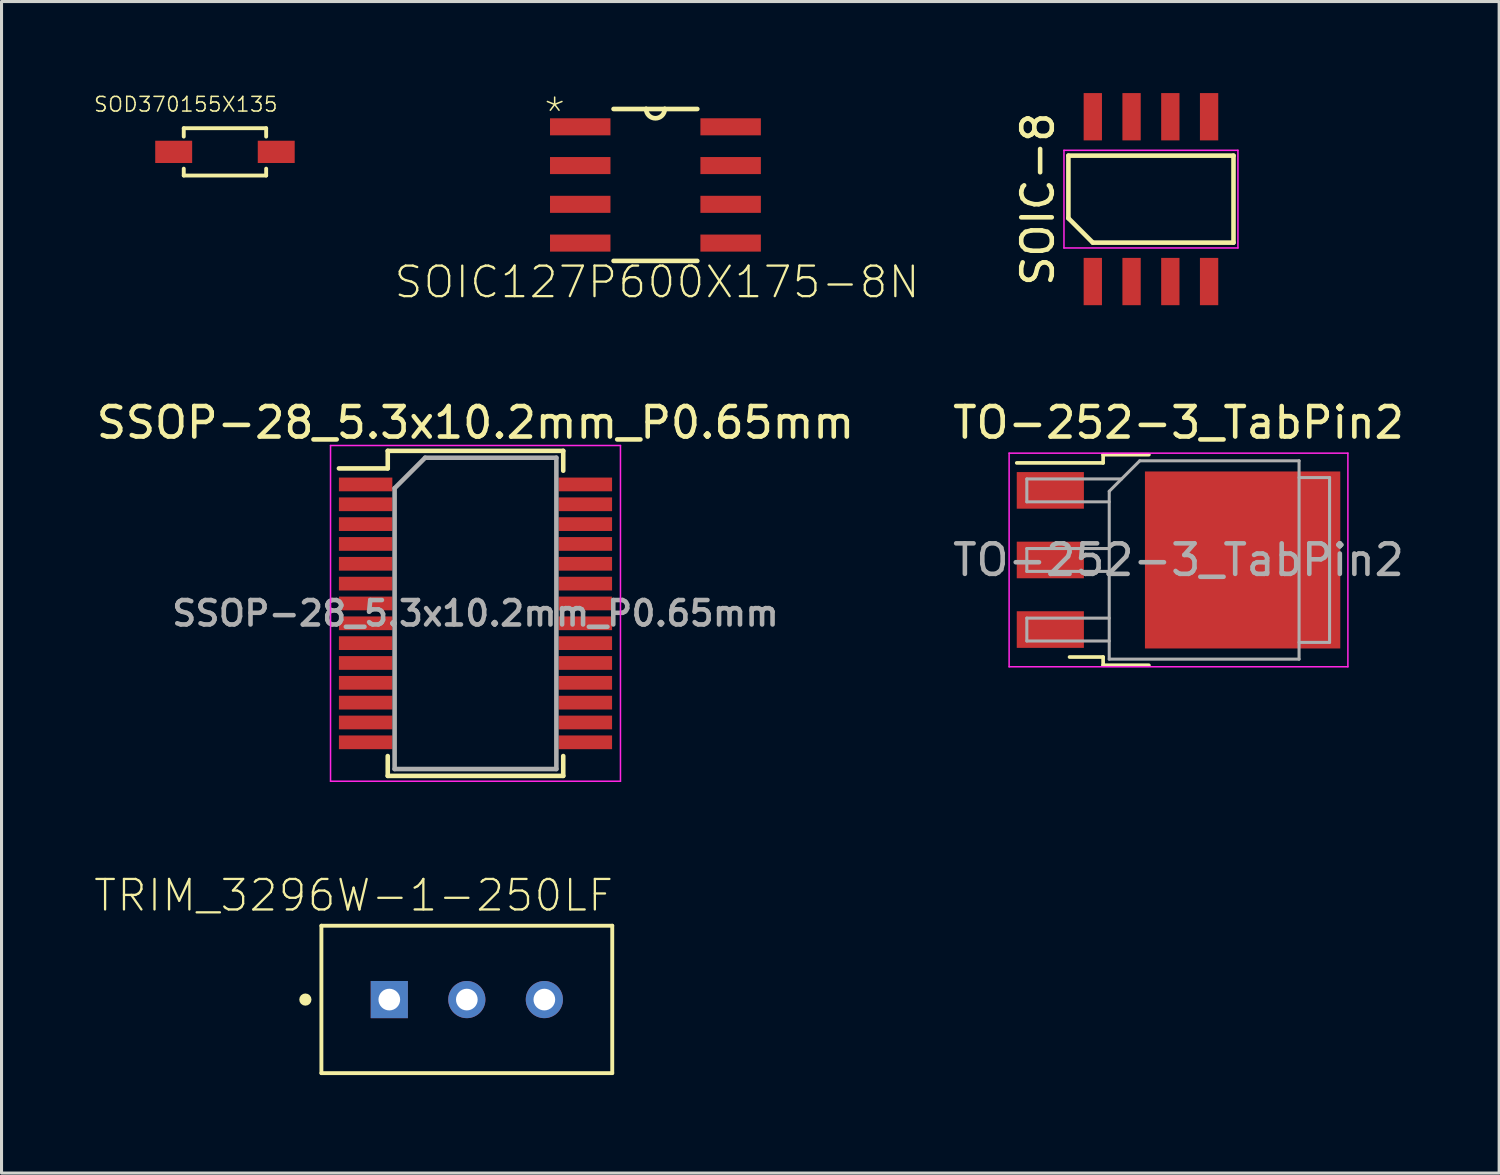
<source format=kicad_pcb>
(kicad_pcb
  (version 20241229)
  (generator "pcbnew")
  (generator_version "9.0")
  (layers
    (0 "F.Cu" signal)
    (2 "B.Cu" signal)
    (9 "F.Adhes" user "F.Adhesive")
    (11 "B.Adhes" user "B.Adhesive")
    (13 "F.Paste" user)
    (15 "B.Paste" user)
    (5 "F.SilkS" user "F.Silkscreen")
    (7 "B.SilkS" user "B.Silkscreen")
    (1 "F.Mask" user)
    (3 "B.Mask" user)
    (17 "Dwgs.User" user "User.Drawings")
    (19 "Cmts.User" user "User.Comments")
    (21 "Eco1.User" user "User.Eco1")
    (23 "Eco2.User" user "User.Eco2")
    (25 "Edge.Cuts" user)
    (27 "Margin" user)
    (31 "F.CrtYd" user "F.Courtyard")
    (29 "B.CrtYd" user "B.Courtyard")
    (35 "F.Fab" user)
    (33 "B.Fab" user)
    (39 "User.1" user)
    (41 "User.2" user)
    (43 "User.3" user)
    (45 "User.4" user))
  (footprint "SOD370155X135"
    (layer "F.Cu")
    (at 4.321 1.926)
    (property "Reference" "SOD370155X135" (at -1.283 -1.557 0) (layer "F.SilkS") (effects (font (size 0.481 0.481) (thickness 0.05))))
    (attr smd)
    (fp_line (start -1.35 -0.775) (end 1.35 -0.775) (stroke (width 0.127) (type solid)) (layer "F.SilkS"))
    (fp_line (start -1.35 -0.5) (end -1.35 -0.775) (stroke (width 0.127) (type solid)) (layer "F.SilkS"))
    (fp_line (start -1.35 0.775) (end -1.35 0.55) (stroke (width 0.127) (type solid)) (layer "F.SilkS"))
    (fp_line (start 1.35 -0.5) (end 1.35 -0.775) (stroke (width 0.127) (type solid)) (layer "F.SilkS"))
    (fp_line (start 1.35 0.775) (end -1.35 0.775) (stroke (width 0.127) (type solid)) (layer "F.SilkS"))
    (fp_line (start 1.35 0.775) (end 1.35 0.55) (stroke (width 0.127) (type solid)) (layer "F.SilkS"))
    (fp_line (start -2.5 -1) (end 2.5 -1) (stroke (width 0.05) (type solid)) (layer "Eco1.User"))
    (fp_line (start -2.5 1) (end -2.5 -1) (stroke (width 0.05) (type solid)) (layer "Eco1.User"))
    (fp_line (start 2.5 -1) (end 2.5 1) (stroke (width 0.05) (type solid)) (layer "Eco1.User"))
    (fp_line (start 2.5 1) (end -2.5 1) (stroke (width 0.05) (type solid)) (layer "Eco1.User"))
    (fp_line (start -1.35 -0.775) (end 1.35 -0.775) (stroke (width 0.127) (type solid)) (layer "Eco2.User"))
    (fp_line (start -1.35 0.775) (end -1.35 -0.775) (stroke (width 0.127) (type solid)) (layer "Eco2.User"))
    (fp_line (start 1.35 -0.775) (end 1.35 0.775) (stroke (width 0.127) (type solid)) (layer "Eco2.User"))
    (fp_line (start 1.35 0.775) (end -1.35 0.775) (stroke (width 0.127) (type solid)) (layer "Eco2.User"))
    (fp_text user "" (at -2.408 -1.8 0) (layer "F.SilkS") (effects (font (size 1 1) (thickness 0.05))))
    (pad "1" smd rect (at -1.68 0) (size 1.21 0.73) (layers "F.Cu" "F.Mask" "F.Paste"))
    (pad "2" smd rect (at 1.68 0) (size 1.21 0.73) (layers "F.Cu" "F.Mask" "F.Paste")))
  (footprint "TRIM_3296W-1-250LF"
    (layer "F.Cu")
    (at 9.706 29.702)
    (property "Reference" "TRIM_3296W-1-250LF" (at -1.17 -3.412 0) (layer "F.SilkS") (effects (font (size 1 1) (thickness 0.075))))
    (attr through_hole)
    (fp_line (start -2.225 -2.42) (end 7.305 -2.42) (stroke (width 0.127) (type solid)) (layer "F.SilkS"))
    (fp_line (start -2.225 2.41) (end -2.225 -2.42) (stroke (width 0.127) (type solid)) (layer "F.SilkS"))
    (fp_line (start 7.305 -2.42) (end 7.305 2.41) (stroke (width 0.127) (type solid)) (layer "F.SilkS"))
    (fp_line (start 7.305 2.41) (end -2.225 2.41) (stroke (width 0.127) (type solid)) (layer "F.SilkS"))
    (fp_circle (center -2.75 0) (end -2.65 0) (stroke (width 0.2) (type solid)) (fill no) (layer "F.SilkS"))
    (fp_line (start -2.475 -2.67) (end 7.555 -2.67) (stroke (width 0.05) (type solid)) (layer "Eco1.User"))
    (fp_line (start -2.475 2.66) (end -2.475 -2.67) (stroke (width 0.05) (type solid)) (layer "Eco1.User"))
    (fp_line (start 7.555 -2.67) (end 7.555 2.66) (stroke (width 0.05) (type solid)) (layer "Eco1.User"))
    (fp_line (start 7.555 2.66) (end -2.475 2.66) (stroke (width 0.05) (type solid)) (layer "Eco1.User"))
    (fp_line (start -2.225 -2.42) (end 7.305 -2.42) (stroke (width 0.127) (type solid)) (layer "Eco2.User"))
    (fp_line (start -2.225 2.41) (end -2.225 -2.42) (stroke (width 0.127) (type solid)) (layer "Eco2.User"))
    (fp_line (start 7.305 -2.42) (end 7.305 2.41) (stroke (width 0.127) (type solid)) (layer "Eco2.User"))
    (fp_line (start 7.305 2.41) (end -2.225 2.41) (stroke (width 0.127) (type solid)) (layer "Eco2.User"))
    (fp_circle (center -2.75 0) (end -2.65 0) (stroke (width 0.2) (type solid)) (fill no) (layer "Eco2.User"))
    (pad "1" thru_hole rect (at 0 0) (size 1.218 1.218) (drill 0.71) (layers "*.Cu" "*.Mask"))
    (pad "2" thru_hole circle (at 2.54 0) (size 1.218 1.218) (drill 0.71) (layers "*.Cu" "*.Mask"))
    (pad "3" thru_hole circle (at 5.08 0) (size 1.218 1.218) (drill 0.71) (layers "*.Cu" "*.Mask")))
  (footprint "SOIC-8"
    (layer "F.Cu")
    (at 34.662 3.475)
    (property "Reference" "SOIC-8" (at -3.705 0 90) (layer "F.SilkS") (effects (font (size 1 1) (thickness 0.15))))
    (attr smd)
    (fp_line (start -2.705 -1.425) (end 2.705 -1.425) (stroke (width 0.15) (type solid)) (layer "F.SilkS"))
    (fp_line (start -2.705 0.625) (end -2.705 -1.425) (stroke (width 0.15) (type solid)) (layer "F.SilkS"))
    (fp_line (start -1.905 1.425) (end -2.705 0.625) (stroke (width 0.15) (type solid)) (layer "F.SilkS"))
    (fp_line (start 2.705 -1.425) (end 2.705 1.425) (stroke (width 0.15) (type solid)) (layer "F.SilkS"))
    (fp_line (start 2.705 1.425) (end -1.905 1.425) (stroke (width 0.15) (type solid)) (layer "F.SilkS"))
    (fp_line (start -2.85 -1.6) (end 2.85 -1.6) (stroke (width 0.05) (type solid)) (layer "F.CrtYd"))
    (fp_line (start -2.85 1.6) (end -2.85 -1.6) (stroke (width 0.05) (type solid)) (layer "F.CrtYd"))
    (fp_line (start 2.85 -1.6) (end 2.85 1.6) (stroke (width 0.05) (type solid)) (layer "F.CrtYd"))
    (fp_line (start 2.85 1.6) (end -2.85 1.6) (stroke (width 0.05) (type solid)) (layer "F.CrtYd"))
    (pad "1" smd rect (at -1.905 2.7) (size 0.6 1.55) (layers "F.Cu" "F.Mask" "F.Paste"))
    (pad "2" smd rect (at -0.635 2.7) (size 0.6 1.55) (layers "F.Cu" "F.Mask" "F.Paste"))
    (pad "3" smd rect (at 0.635 2.7) (size 0.6 1.55) (layers "F.Cu" "F.Mask" "F.Paste"))
    (pad "4" smd rect (at 1.905 2.7) (size 0.6 1.55) (layers "F.Cu" "F.Mask" "F.Paste"))
    (pad "5" smd rect (at 1.905 -2.7) (size 0.6 1.55) (layers "F.Cu" "F.Mask" "F.Paste"))
    (pad "6" smd rect (at 0.635 -2.7) (size 0.6 1.55) (layers "F.Cu" "F.Mask" "F.Paste"))
    (pad "7" smd rect (at -0.635 -2.7) (size 0.6 1.55) (layers "F.Cu" "F.Mask" "F.Paste"))
    (pad "8" smd rect (at -1.905 -2.7) (size 0.6 1.55) (layers "F.Cu" "F.Mask" "F.Paste")))
  (footprint "TO-252-3_TabPin2"
    (layer "F.Cu")
    (at 35.565 15.298)
    (property "Reference" "TO-252-3_TabPin2" (at 0 -4.5 0) (layer "F.SilkS") (effects (font (size 1 1) (thickness 0.15))))
    (attr smd)
    (fp_line (start -2.47 -3.45) (end -2.47 -3.18) (stroke (width 0.12) (type solid)) (layer "F.SilkS"))
    (fp_line (start -2.47 -3.18) (end -5.3 -3.18) (stroke (width 0.12) (type solid)) (layer "F.SilkS"))
    (fp_line (start -2.47 3.18) (end -3.57 3.18) (stroke (width 0.12) (type solid)) (layer "F.SilkS"))
    (fp_line (start -2.47 3.45) (end -2.47 3.18) (stroke (width 0.12) (type solid)) (layer "F.SilkS"))
    (fp_line (start -0.97 -3.45) (end -2.47 -3.45) (stroke (width 0.12) (type solid)) (layer "F.SilkS"))
    (fp_line (start -0.97 3.45) (end -2.47 3.45) (stroke (width 0.12) (type solid)) (layer "F.SilkS"))
    (fp_line (start -5.55 -3.5) (end -5.55 3.5) (stroke (width 0.05) (type solid)) (layer "F.CrtYd"))
    (fp_line (start -5.55 3.5) (end 5.55 3.5) (stroke (width 0.05) (type solid)) (layer "F.CrtYd"))
    (fp_line (start 5.55 -3.5) (end -5.55 -3.5) (stroke (width 0.05) (type solid)) (layer "F.CrtYd"))
    (fp_line (start 5.55 3.5) (end 5.55 -3.5) (stroke (width 0.05) (type solid)) (layer "F.CrtYd"))
    (fp_line (start -4.97 -2.655) (end -4.97 -1.905) (stroke (width 0.1) (type solid)) (layer "F.Fab"))
    (fp_line (start -4.97 -1.905) (end -2.27 -1.905) (stroke (width 0.1) (type solid)) (layer "F.Fab"))
    (fp_line (start -4.97 -0.375) (end -4.97 0.375) (stroke (width 0.1) (type solid)) (layer "F.Fab"))
    (fp_line (start -4.97 0.375) (end -2.27 0.375) (stroke (width 0.1) (type solid)) (layer "F.Fab"))
    (fp_line (start -4.97 1.905) (end -4.97 2.655) (stroke (width 0.1) (type solid)) (layer "F.Fab"))
    (fp_line (start -4.97 2.655) (end -2.27 2.655) (stroke (width 0.1) (type solid)) (layer "F.Fab"))
    (fp_line (start -2.27 -2.25) (end -1.27 -3.25) (stroke (width 0.1) (type solid)) (layer "F.Fab"))
    (fp_line (start -2.27 -0.375) (end -4.97 -0.375) (stroke (width 0.1) (type solid)) (layer "F.Fab"))
    (fp_line (start -2.27 1.905) (end -4.97 1.905) (stroke (width 0.1) (type solid)) (layer "F.Fab"))
    (fp_line (start -2.27 3.25) (end -2.27 -2.25) (stroke (width 0.1) (type solid)) (layer "F.Fab"))
    (fp_line (start -1.865 -2.655) (end -4.97 -2.655) (stroke (width 0.1) (type solid)) (layer "F.Fab"))
    (fp_line (start -1.27 -3.25) (end 3.95 -3.25) (stroke (width 0.1) (type solid)) (layer "F.Fab"))
    (fp_line (start 3.95 -3.25) (end 3.95 3.25) (stroke (width 0.1) (type solid)) (layer "F.Fab"))
    (fp_line (start 3.95 -2.7) (end 4.95 -2.7) (stroke (width 0.1) (type solid)) (layer "F.Fab"))
    (fp_line (start 3.95 3.25) (end -2.27 3.25) (stroke (width 0.1) (type solid)) (layer "F.Fab"))
    (fp_line (start 4.95 -2.7) (end 4.95 2.7) (stroke (width 0.1) (type solid)) (layer "F.Fab"))
    (fp_line (start 4.95 2.7) (end 3.95 2.7) (stroke (width 0.1) (type solid)) (layer "F.Fab"))
    (fp_text user "${REFERENCE}" (at 0 0 0) (layer "F.Fab") (effects (font (size 1 1) (thickness 0.15))))
    (pad "" smd rect (at 0.425 -1.525) (size 3.05 2.75) (layers "F.Paste"))
    (pad "" smd rect (at 0.425 1.525) (size 3.05 2.75) (layers "F.Paste"))
    (pad "" smd rect (at 3.775 -1.525) (size 3.05 2.75) (layers "F.Paste"))
    (pad "" smd rect (at 3.775 1.525) (size 3.05 2.75) (layers "F.Paste"))
    (pad "1" smd rect (at -4.2 -2.28) (size 2.2 1.2) (layers "F.Cu" "F.Mask" "F.Paste"))
    (pad "2" smd rect (at -4.2 0) (size 2.2 1.2) (layers "F.Cu" "F.Mask" "F.Paste"))
    (pad "2" smd rect (at 2.1 0) (size 6.4 5.8) (layers "F.Cu" "F.Mask"))
    (pad "3" smd rect (at -4.2 2.28) (size 2.2 1.2) (layers "F.Cu" "F.Mask" "F.Paste")))
  (footprint "SOIC127P600X175-8N"
    (layer "F.Cu")
    (at 18.426 3.01)
    (property "Reference" "SOIC127P600X175-8N" (at 0.051 3.184 0) (layer "F.SilkS") (effects (font (size 1 1) (thickness 0.075))))
    (attr smd)
    (fp_line (start -1.372 2.489) (end 1.372 2.489) (stroke (width 0.152) (type solid)) (layer "F.SilkS"))
    (fp_line (start -0.305 -2.489) (end -1.372 -2.489) (stroke (width 0.152) (type solid)) (layer "F.SilkS"))
    (fp_line (start 0.305 -2.489) (end -0.305 -2.489) (stroke (width 0.152) (type solid)) (layer "F.SilkS"))
    (fp_line (start 1.372 -2.489) (end 0.305 -2.489) (stroke (width 0.152) (type solid)) (layer "F.SilkS"))
    (fp_arc (start 0.3048 -2.4892) (mid 0 -2.1844) (end -0.3048 -2.4892) (stroke (width 0.1524) (type solid)) (layer "F.SilkS"))
    (fp_line (start -3.099 -2.159) (end -3.099 -1.651) (stroke (width 0.1) (type solid)) (layer "Eco2.User"))
    (fp_line (start -3.099 -1.651) (end -2.007 -1.651) (stroke (width 0.1) (type solid)) (layer "Eco2.User"))
    (fp_line (start -3.099 -0.889) (end -3.099 -0.381) (stroke (width 0.1) (type solid)) (layer "Eco2.User"))
    (fp_line (start -3.099 -0.381) (end -2.007 -0.381) (stroke (width 0.1) (type solid)) (layer "Eco2.User"))
    (fp_line (start -3.099 0.381) (end -3.099 0.889) (stroke (width 0.1) (type solid)) (layer "Eco2.User"))
    (fp_line (start -3.099 0.889) (end -2.007 0.889) (stroke (width 0.1) (type solid)) (layer "Eco2.User"))
    (fp_line (start -3.099 1.651) (end -3.099 2.159) (stroke (width 0.1) (type solid)) (layer "Eco2.User"))
    (fp_line (start -3.099 2.159) (end -2.007 2.159) (stroke (width 0.1) (type solid)) (layer "Eco2.User"))
    (fp_line (start -2.007 -2.489) (end -2.007 2.489) (stroke (width 0.1) (type solid)) (layer "Eco2.User"))
    (fp_line (start -2.007 -2.159) (end -3.099 -2.159) (stroke (width 0.1) (type solid)) (layer "Eco2.User"))
    (fp_line (start -2.007 -1.651) (end -2.007 -2.159) (stroke (width 0.1) (type solid)) (layer "Eco2.User"))
    (fp_line (start -2.007 -0.889) (end -3.099 -0.889) (stroke (width 0.1) (type solid)) (layer "Eco2.User"))
    (fp_line (start -2.007 -0.381) (end -2.007 -0.889) (stroke (width 0.1) (type solid)) (layer "Eco2.User"))
    (fp_line (start -2.007 0.381) (end -3.099 0.381) (stroke (width 0.1) (type solid)) (layer "Eco2.User"))
    (fp_line (start -2.007 0.889) (end -2.007 0.381) (stroke (width 0.1) (type solid)) (layer "Eco2.User"))
    (fp_line (start -2.007 1.651) (end -3.099 1.651) (stroke (width 0.1) (type solid)) (layer "Eco2.User"))
    (fp_line (start -2.007 2.159) (end -2.007 1.651) (stroke (width 0.1) (type solid)) (layer "Eco2.User"))
    (fp_line (start -2.007 2.489) (end 2.007 2.489) (stroke (width 0.1) (type solid)) (layer "Eco2.User"))
    (fp_line (start -0.305 -2.489) (end -2.007 -2.489) (stroke (width 0.1) (type solid)) (layer "Eco2.User"))
    (fp_line (start 0.305 -2.489) (end -0.305 -2.489) (stroke (width 0.1) (type solid)) (layer "Eco2.User"))
    (fp_line (start 2.007 -2.489) (end 0.305 -2.489) (stroke (width 0.1) (type solid)) (layer "Eco2.User"))
    (fp_line (start 2.007 -2.159) (end 2.007 -1.651) (stroke (width 0.1) (type solid)) (layer "Eco2.User"))
    (fp_line (start 2.007 -1.651) (end 3.099 -1.651) (stroke (width 0.1) (type solid)) (layer "Eco2.User"))
    (fp_line (start 2.007 -0.889) (end 2.007 -0.381) (stroke (width 0.1) (type solid)) (layer "Eco2.User"))
    (fp_line (start 2.007 -0.381) (end 3.099 -0.381) (stroke (width 0.1) (type solid)) (layer "Eco2.User"))
    (fp_line (start 2.007 0.381) (end 2.007 0.889) (stroke (width 0.1) (type solid)) (layer "Eco2.User"))
    (fp_line (start 2.007 0.889) (end 3.099 0.889) (stroke (width 0.1) (type solid)) (layer "Eco2.User"))
    (fp_line (start 2.007 1.651) (end 2.007 2.159) (stroke (width 0.1) (type solid)) (layer "Eco2.User"))
    (fp_line (start 2.007 2.159) (end 3.099 2.159) (stroke (width 0.1) (type solid)) (layer "Eco2.User"))
    (fp_line (start 2.007 2.489) (end 2.007 -2.489) (stroke (width 0.1) (type solid)) (layer "Eco2.User"))
    (fp_line (start 3.099 -2.159) (end 2.007 -2.159) (stroke (width 0.1) (type solid)) (layer "Eco2.User"))
    (fp_line (start 3.099 -1.651) (end 3.099 -2.159) (stroke (width 0.1) (type solid)) (layer "Eco2.User"))
    (fp_line (start 3.099 -0.889) (end 2.007 -0.889) (stroke (width 0.1) (type solid)) (layer "Eco2.User"))
    (fp_line (start 3.099 -0.381) (end 3.099 -0.889) (stroke (width 0.1) (type solid)) (layer "Eco2.User"))
    (fp_line (start 3.099 0.381) (end 2.007 0.381) (stroke (width 0.1) (type solid)) (layer "Eco2.User"))
    (fp_line (start 3.099 0.889) (end 3.099 0.381) (stroke (width 0.1) (type solid)) (layer "Eco2.User"))
    (fp_line (start 3.099 1.651) (end 2.007 1.651) (stroke (width 0.1) (type solid)) (layer "Eco2.User"))
    (fp_line (start 3.099 2.159) (end 3.099 1.651) (stroke (width 0.1) (type solid)) (layer "Eco2.User"))
    (fp_arc (start 0.3048 -2.4892) (mid 0 -2.1844) (end -0.3048 -2.4892) (stroke (width 0.1) (type solid)) (layer "Eco2.User"))
    (fp_text user "*" (at -3.302 -2.337 0) (layer "F.SilkS") (effects (font (size 1 1) (thickness 0.05))))
    (fp_text user "*" (at -3.302 -2.337 0) (layer "Edge.Cuts") (effects (font (size 1 1) (thickness 0.05))))
    (pad "1" smd rect (at -2.464 -1.905) (size 1.981 0.559) (layers "F.Cu" "F.Mask" "F.Paste"))
    (pad "2" smd rect (at -2.464 -0.635) (size 1.981 0.559) (layers "F.Cu" "F.Mask" "F.Paste"))
    (pad "3" smd rect (at -2.464 0.635) (size 1.981 0.559) (layers "F.Cu" "F.Mask" "F.Paste"))
    (pad "4" smd rect (at -2.464 1.905) (size 1.981 0.559) (layers "F.Cu" "F.Mask" "F.Paste"))
    (pad "5" smd rect (at 2.464 1.905) (size 1.981 0.559) (layers "F.Cu" "F.Mask" "F.Paste"))
    (pad "6" smd rect (at 2.464 0.635) (size 1.981 0.559) (layers "F.Cu" "F.Mask" "F.Paste"))
    (pad "7" smd rect (at 2.464 -0.635) (size 1.981 0.559) (layers "F.Cu" "F.Mask" "F.Paste"))
    (pad "8" smd rect (at 2.464 -1.905) (size 1.981 0.559) (layers "F.Cu" "F.Mask" "F.Paste")))
  (footprint "SSOP-28_5.3x10.2mm_P0.65mm"
    (layer "F.Cu")
    (at 12.53 17.048)
    (property "Reference" "SSOP-28_5.3x10.2mm_P0.65mm" (at 0 -6.25 0) (layer "F.SilkS") (effects (font (size 1 1) (thickness 0.15))))
    (attr smd)
    (fp_line (start -2.875 -5.325) (end -2.875 -4.75) (stroke (width 0.15) (type solid)) (layer "F.SilkS"))
    (fp_line (start -2.875 -5.325) (end 2.875 -5.325) (stroke (width 0.15) (type solid)) (layer "F.SilkS"))
    (fp_line (start -2.875 -4.75) (end -4.475 -4.75) (stroke (width 0.15) (type solid)) (layer "F.SilkS"))
    (fp_line (start -2.875 5.325) (end -2.875 4.675) (stroke (width 0.15) (type solid)) (layer "F.SilkS"))
    (fp_line (start -2.875 5.325) (end 2.875 5.325) (stroke (width 0.15) (type solid)) (layer "F.SilkS"))
    (fp_line (start 2.875 -5.325) (end 2.875 -4.675) (stroke (width 0.15) (type solid)) (layer "F.SilkS"))
    (fp_line (start 2.875 5.325) (end 2.875 4.675) (stroke (width 0.15) (type solid)) (layer "F.SilkS"))
    (fp_line (start -4.75 -5.5) (end -4.75 5.5) (stroke (width 0.05) (type solid)) (layer "F.CrtYd"))
    (fp_line (start -4.75 -5.5) (end 4.75 -5.5) (stroke (width 0.05) (type solid)) (layer "F.CrtYd"))
    (fp_line (start -4.75 5.5) (end 4.75 5.5) (stroke (width 0.05) (type solid)) (layer "F.CrtYd"))
    (fp_line (start 4.75 -5.5) (end 4.75 5.5) (stroke (width 0.05) (type solid)) (layer "F.CrtYd"))
    (fp_line (start -2.65 -4.1) (end -1.65 -5.1) (stroke (width 0.15) (type solid)) (layer "F.Fab"))
    (fp_line (start -2.65 5.1) (end -2.65 -4.1) (stroke (width 0.15) (type solid)) (layer "F.Fab"))
    (fp_line (start -1.65 -5.1) (end 2.65 -5.1) (stroke (width 0.15) (type solid)) (layer "F.Fab"))
    (fp_line (start 2.65 -5.1) (end 2.65 5.1) (stroke (width 0.15) (type solid)) (layer "F.Fab"))
    (fp_line (start 2.65 5.1) (end -2.65 5.1) (stroke (width 0.15) (type solid)) (layer "F.Fab"))
    (fp_text user "${REFERENCE}" (at 0 0 0) (layer "F.Fab") (effects (font (size 0.8 0.8) (thickness 0.15))))
    (pad "1" smd rect (at -3.6 -4.225) (size 1.75 0.45) (layers "F.Cu" "F.Mask" "F.Paste"))
    (pad "2" smd rect (at -3.6 -3.575) (size 1.75 0.45) (layers "F.Cu" "F.Mask" "F.Paste"))
    (pad "3" smd rect (at -3.6 -2.925) (size 1.75 0.45) (layers "F.Cu" "F.Mask" "F.Paste"))
    (pad "4" smd rect (at -3.6 -2.275) (size 1.75 0.45) (layers "F.Cu" "F.Mask" "F.Paste"))
    (pad "5" smd rect (at -3.6 -1.625) (size 1.75 0.45) (layers "F.Cu" "F.Mask" "F.Paste"))
    (pad "6" smd rect (at -3.6 -0.975) (size 1.75 0.45) (layers "F.Cu" "F.Mask" "F.Paste"))
    (pad "7" smd rect (at -3.6 -0.325) (size 1.75 0.45) (layers "F.Cu" "F.Mask" "F.Paste"))
    (pad "8" smd rect (at -3.6 0.325) (size 1.75 0.45) (layers "F.Cu" "F.Mask" "F.Paste"))
    (pad "9" smd rect (at -3.6 0.975) (size 1.75 0.45) (layers "F.Cu" "F.Mask" "F.Paste"))
    (pad "10" smd rect (at -3.6 1.625) (size 1.75 0.45) (layers "F.Cu" "F.Mask" "F.Paste"))
    (pad "11" smd rect (at -3.6 2.275) (size 1.75 0.45) (layers "F.Cu" "F.Mask" "F.Paste"))
    (pad "12" smd rect (at -3.6 2.925) (size 1.75 0.45) (layers "F.Cu" "F.Mask" "F.Paste"))
    (pad "13" smd rect (at -3.6 3.575) (size 1.75 0.45) (layers "F.Cu" "F.Mask" "F.Paste"))
    (pad "14" smd rect (at -3.6 4.225) (size 1.75 0.45) (layers "F.Cu" "F.Mask" "F.Paste"))
    (pad "15" smd rect (at 3.6 4.225) (size 1.75 0.45) (layers "F.Cu" "F.Mask" "F.Paste"))
    (pad "16" smd rect (at 3.6 3.575) (size 1.75 0.45) (layers "F.Cu" "F.Mask" "F.Paste"))
    (pad "17" smd rect (at 3.6 2.925) (size 1.75 0.45) (layers "F.Cu" "F.Mask" "F.Paste"))
    (pad "18" smd rect (at 3.6 2.275) (size 1.75 0.45) (layers "F.Cu" "F.Mask" "F.Paste"))
    (pad "19" smd rect (at 3.6 1.625) (size 1.75 0.45) (layers "F.Cu" "F.Mask" "F.Paste"))
    (pad "20" smd rect (at 3.6 0.975) (size 1.75 0.45) (layers "F.Cu" "F.Mask" "F.Paste"))
    (pad "21" smd rect (at 3.6 0.325) (size 1.75 0.45) (layers "F.Cu" "F.Mask" "F.Paste"))
    (pad "22" smd rect (at 3.6 -0.325) (size 1.75 0.45) (layers "F.Cu" "F.Mask" "F.Paste"))
    (pad "23" smd rect (at 3.6 -0.975) (size 1.75 0.45) (layers "F.Cu" "F.Mask" "F.Paste"))
    (pad "24" smd rect (at 3.6 -1.625) (size 1.75 0.45) (layers "F.Cu" "F.Mask" "F.Paste"))
    (pad "25" smd rect (at 3.6 -2.275) (size 1.75 0.45) (layers "F.Cu" "F.Mask" "F.Paste"))
    (pad "26" smd rect (at 3.6 -2.925) (size 1.75 0.45) (layers "F.Cu" "F.Mask" "F.Paste"))
    (pad "27" smd rect (at 3.6 -3.575) (size 1.75 0.45) (layers "F.Cu" "F.Mask" "F.Paste"))
    (pad "28" smd rect (at 3.6 -4.225) (size 1.75 0.45) (layers "F.Cu" "F.Mask" "F.Paste")))
  (gr_rect
    (start -3 -3)
    (end 46.071 35.387)
    (stroke (width 0.1) (type default))
    (fill no)
    (layer "Edge.Cuts")))
</source>
